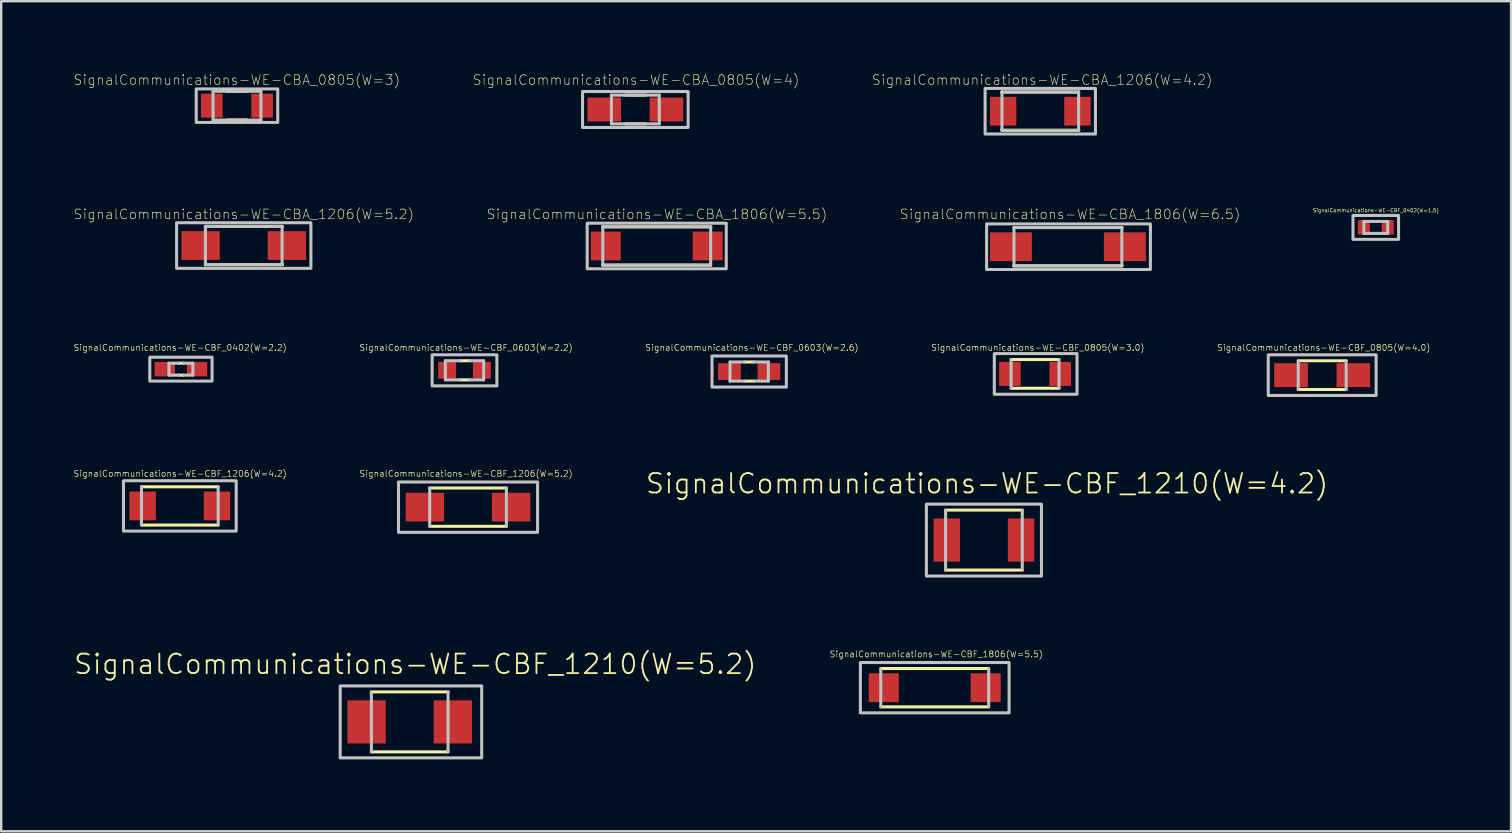
<source format=kicad_pcb>
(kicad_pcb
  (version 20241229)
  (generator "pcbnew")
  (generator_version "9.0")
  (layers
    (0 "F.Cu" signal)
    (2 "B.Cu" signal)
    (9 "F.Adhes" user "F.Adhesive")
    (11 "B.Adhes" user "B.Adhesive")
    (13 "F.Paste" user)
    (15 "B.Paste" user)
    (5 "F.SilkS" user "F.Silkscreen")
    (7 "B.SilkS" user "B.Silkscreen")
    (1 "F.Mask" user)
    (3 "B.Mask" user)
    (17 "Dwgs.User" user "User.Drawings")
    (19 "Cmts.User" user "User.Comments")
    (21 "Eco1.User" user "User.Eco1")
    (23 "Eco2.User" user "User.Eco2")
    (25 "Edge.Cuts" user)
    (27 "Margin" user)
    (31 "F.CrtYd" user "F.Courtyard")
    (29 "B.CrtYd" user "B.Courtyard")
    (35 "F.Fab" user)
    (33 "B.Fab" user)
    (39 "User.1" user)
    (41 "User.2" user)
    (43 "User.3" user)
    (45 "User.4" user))
  (footprint "SignalCommunications-WE-CBA_1206(W=5.2)"
    (layer "F.Cu")
    (at 7.109 7.184)
    (property "Reference" "SignalCommunications-WE-CBA_1206(W=5.2)" (at 0 -1.303 0) (layer "F.SilkS") (effects (font (size 0.406 0.406) (thickness 0.025))))
    (attr smd)
    (fp_line (start -1.598 -0.798) (end 1.598 -0.798) (stroke (width 0.127) (type solid)) (layer "F.SilkS"))
    (fp_line (start -1.598 -0.78) (end -1.598 -0.798) (stroke (width 0.127) (type solid)) (layer "F.SilkS"))
    (fp_line (start -1.598 0.77) (end -1.598 0.798) (stroke (width 0.127) (type solid)) (layer "F.SilkS"))
    (fp_line (start -1.598 0.798) (end 1.598 0.798) (stroke (width 0.127) (type solid)) (layer "F.SilkS"))
    (fp_line (start 1.598 -0.798) (end 1.598 -0.78) (stroke (width 0.127) (type solid)) (layer "F.SilkS"))
    (fp_line (start 1.598 0.798) (end 1.598 0.78) (stroke (width 0.127) (type solid)) (layer "F.SilkS"))
    (fp_line (start -1.598 0.798) (end -1.598 -0.798) (stroke (width 0.127) (type solid)) (layer "Dwgs.User"))
    (fp_line (start -1.598 0.798) (end 1.598 0.798) (stroke (width 0.127) (type solid)) (layer "Dwgs.User"))
    (fp_line (start 1.598 -0.798) (end -1.598 -0.798) (stroke (width 0.127) (type solid)) (layer "Dwgs.User"))
    (fp_line (start 1.598 0.798) (end 1.598 -0.798) (stroke (width 0.127) (type solid)) (layer "Dwgs.User"))
    (fp_poly (pts (xy -2.799 -0.95) (xy 2.799 -0.95) (xy 2.799 0.95) (xy -2.799 0.95) (xy -2.799 -0.95)) (stroke (width 0.127) (type solid)) (fill no) (layer "Dwgs.User"))
    (pad "1" smd rect (at -1.798 0) (size 1.598 1.199) (layers "F.Cu" "F.Mask" "F.Paste"))
    (pad "2" smd rect (at 1.798 0) (size 1.598 1.199) (layers "F.Cu" "F.Mask" "F.Paste")))
  (footprint "SignalCommunications-WE-CBF_0603(W=2.2)"
    (layer "F.Cu")
    (at 16.31 12.384)
    (property "Reference" "SignalCommunications-WE-CBF_0603(W=2.2)" (at 0.064 -0.945 0) (layer "F.SilkS") (effects (font (size 0.254 0.254) (thickness 0.025))))
    (attr smd)
    (fp_line (start -0.198 -0.399) (end 0.198 -0.399) (stroke (width 0.127) (type solid)) (layer "F.SilkS"))
    (fp_line (start -0.198 0.399) (end 0.198 0.399) (stroke (width 0.127) (type solid)) (layer "F.SilkS"))
    (fp_line (start -0.798 -0.399) (end -0.798 0.399) (stroke (width 0.127) (type solid)) (layer "Dwgs.User"))
    (fp_line (start -0.798 -0.399) (end -0.198 -0.399) (stroke (width 0.127) (type solid)) (layer "Dwgs.User"))
    (fp_line (start -0.798 0.399) (end -0.198 0.399) (stroke (width 0.127) (type solid)) (layer "Dwgs.User"))
    (fp_line (start 0.198 -0.399) (end 0.798 -0.399) (stroke (width 0.127) (type solid)) (layer "Dwgs.User"))
    (fp_line (start 0.198 0.399) (end 0.798 0.399) (stroke (width 0.127) (type solid)) (layer "Dwgs.User"))
    (fp_line (start 0.798 -0.399) (end 0.798 0.399) (stroke (width 0.127) (type solid)) (layer "Dwgs.User"))
    (fp_poly (pts (xy -1.349 -0.648) (xy 1.349 -0.648) (xy 1.349 0.648) (xy -1.349 0.648) (xy -1.349 -0.648)) (stroke (width 0.127) (type solid)) (fill no) (layer "Dwgs.User"))
    (pad "1" smd rect (at -0.724 0) (size 0.749 0.699) (layers "F.Cu" "F.Mask" "F.Paste"))
    (pad "2" smd rect (at 0.724 0) (size 0.749 0.699) (layers "F.Cu" "F.Mask" "F.Paste")))
  (footprint "SignalCommunications-WE-CBF_1206(W=4.2)"
    (layer "F.Cu")
    (at 4.445 18.036)
    (property "Reference" "SignalCommunications-WE-CBF_1206(W=4.2)" (at 0.013 -1.346 0) (layer "F.SilkS") (effects (font (size 0.254 0.254) (thickness 0.025))))
    (attr smd)
    (fp_line (start -1.598 -0.798) (end 1.598 -0.798) (stroke (width 0.127) (type solid)) (layer "F.SilkS"))
    (fp_line (start -1.598 0.798) (end 1.598 0.798) (stroke (width 0.127) (type solid)) (layer "F.SilkS"))
    (fp_line (start -1.598 -0.798) (end -1.598 0.798) (stroke (width 0.127) (type solid)) (layer "Dwgs.User"))
    (fp_line (start 1.598 -0.798) (end 1.598 0.798) (stroke (width 0.127) (type solid)) (layer "Dwgs.User"))
    (fp_poly (pts (xy -2.349 -1.049) (xy 2.349 -1.049) (xy 2.349 1.049) (xy -2.349 1.049) (xy -2.349 -1.049)) (stroke (width 0.127) (type solid)) (fill no) (layer "Dwgs.User"))
    (pad "1" smd rect (at -1.549 0) (size 1.1 1.199) (layers "F.Cu" "F.Mask" "F.Paste"))
    (pad "2" smd rect (at 1.549 0) (size 1.1 1.199) (layers "F.Cu" "F.Mask" "F.Paste")))
  (footprint "SignalCommunications-WE-CBA_1806(W=5.5)"
    (layer "F.Cu")
    (at 24.321 7.202)
    (property "Reference" "SignalCommunications-WE-CBA_1806(W=5.5)" (at 0.008 -1.321 0) (layer "F.SilkS") (effects (font (size 0.406 0.406) (thickness 0.025))))
    (attr smd)
    (fp_line (start -2.248 -0.798) (end 2.248 -0.798) (stroke (width 0.127) (type solid)) (layer "F.SilkS"))
    (fp_line (start -2.248 -0.759) (end -2.248 -0.798) (stroke (width 0.127) (type solid)) (layer "F.SilkS"))
    (fp_line (start -2.248 0.77) (end -2.248 0.798) (stroke (width 0.127) (type solid)) (layer "F.SilkS"))
    (fp_line (start -2.248 0.798) (end 2.238 0.798) (stroke (width 0.127) (type solid)) (layer "F.SilkS"))
    (fp_line (start 2.238 0.798) (end 2.238 0.78) (stroke (width 0.127) (type solid)) (layer "F.SilkS"))
    (fp_line (start 2.248 -0.798) (end 2.248 -0.78) (stroke (width 0.127) (type solid)) (layer "F.SilkS"))
    (fp_line (start -2.248 -0.798) (end 2.248 -0.798) (stroke (width 0.127) (type solid)) (layer "Dwgs.User"))
    (fp_line (start -2.248 0.798) (end -2.248 -0.798) (stroke (width 0.127) (type solid)) (layer "Dwgs.User"))
    (fp_line (start -2.248 0.798) (end 2.248 0.798) (stroke (width 0.127) (type solid)) (layer "Dwgs.User"))
    (fp_line (start 2.248 0.798) (end 2.248 -0.798) (stroke (width 0.127) (type solid)) (layer "Dwgs.User"))
    (fp_poly (pts (xy -2.898 -0.95) (xy 2.898 -0.95) (xy 2.898 0.95) (xy -2.898 0.95) (xy -2.898 -0.95)) (stroke (width 0.127) (type solid)) (fill no) (layer "Dwgs.User"))
    (pad "1" smd rect (at -2.123 0) (size 1.25 1.199) (layers "F.Cu" "F.Mask" "F.Paste"))
    (pad "2" smd rect (at 2.123 0) (size 1.25 1.199) (layers "F.Cu" "F.Mask" "F.Paste")))
  (footprint "SignalCommunications-WE-CBF_0805(W=3.0)"
    (layer "F.Cu")
    (at 40.09 12.534)
    (property "Reference" "SignalCommunications-WE-CBF_0805(W=3.0)" (at 0.114 -1.095 0) (layer "F.SilkS") (effects (font (size 0.254 0.254) (thickness 0.025))))
    (attr smd)
    (fp_line (start -0.998 -0.599) (end 0.998 -0.599) (stroke (width 0.127) (type solid)) (layer "F.SilkS"))
    (fp_line (start -0.998 0.599) (end 0.998 0.599) (stroke (width 0.127) (type solid)) (layer "F.SilkS"))
    (fp_line (start -0.998 -0.599) (end -0.998 0.599) (stroke (width 0.127) (type solid)) (layer "Dwgs.User"))
    (fp_line (start 0.998 -0.599) (end 0.998 0.599) (stroke (width 0.127) (type solid)) (layer "Dwgs.User"))
    (fp_poly (pts (xy -1.699 -0.848) (xy 1.748 -0.848) (xy 1.748 0.848) (xy -1.699 0.848) (xy -1.699 -0.848)) (stroke (width 0.127) (type solid)) (fill no) (layer "Dwgs.User"))
    (pad "1" smd rect (at -1.049 0) (size 0.899 0.998) (layers "F.Cu" "F.Mask" "F.Paste"))
    (pad "2" smd rect (at 1.049 0) (size 0.899 0.998) (layers "F.Cu" "F.Mask" "F.Paste")))
  (footprint "SignalCommunications-WE-CBA_0805(W=3)"
    (layer "F.Cu")
    (at 6.827 1.354)
    (property "Reference" "SignalCommunications-WE-CBA_0805(W=3)" (at -0.008 -1.072 0) (layer "F.SilkS") (effects (font (size 0.406 0.406) (thickness 0.025))))
    (attr smd)
    (fp_line (start -0.409 -0.599) (end 0.409 -0.599) (stroke (width 0.127) (type solid)) (layer "F.SilkS"))
    (fp_line (start -0.409 0.599) (end 0.419 0.599) (stroke (width 0.127) (type solid)) (layer "F.SilkS"))
    (fp_line (start -0.998 0.599) (end -0.998 -0.599) (stroke (width 0.127) (type solid)) (layer "Dwgs.User"))
    (fp_line (start -0.998 0.599) (end 0.998 0.599) (stroke (width 0.127) (type solid)) (layer "Dwgs.User"))
    (fp_line (start 0.998 -0.599) (end -0.998 -0.599) (stroke (width 0.127) (type solid)) (layer "Dwgs.User"))
    (fp_line (start 0.998 0.599) (end 0.998 -0.599) (stroke (width 0.127) (type solid)) (layer "Dwgs.User"))
    (fp_poly (pts (xy -1.699 -0.699) (xy 1.699 -0.699) (xy 1.699 0.699) (xy -1.699 0.699) (xy -1.699 -0.699)) (stroke (width 0.127) (type solid)) (fill no) (layer "Dwgs.User"))
    (pad "1" smd rect (at -1.049 0) (size 0.899 0.998) (layers "F.Cu" "F.Mask" "F.Paste"))
    (pad "2" smd rect (at 1.049 0) (size 0.899 0.998) (layers "F.Cu" "F.Mask" "F.Paste")))
  (footprint "SignalCommunications-WE-CBA_0805(W=4)"
    (layer "F.Cu")
    (at 23.43 1.514)
    (property "Reference" "SignalCommunications-WE-CBA_0805(W=4)" (at 0.028 -1.232 0) (layer "F.SilkS") (effects (font (size 0.406 0.406) (thickness 0.025))))
    (attr smd)
    (fp_line (start -0.409 -0.599) (end 0.419 -0.599) (stroke (width 0.127) (type solid)) (layer "F.SilkS"))
    (fp_line (start -0.409 0.599) (end 0.419 0.599) (stroke (width 0.127) (type solid)) (layer "F.SilkS"))
    (fp_line (start -0.998 0.599) (end -0.998 -0.599) (stroke (width 0.127) (type solid)) (layer "Dwgs.User"))
    (fp_line (start -0.998 0.599) (end 0.998 0.599) (stroke (width 0.127) (type solid)) (layer "Dwgs.User"))
    (fp_line (start 0.998 -0.599) (end -0.998 -0.599) (stroke (width 0.127) (type solid)) (layer "Dwgs.User"))
    (fp_line (start 0.998 0.599) (end 0.998 -0.599) (stroke (width 0.127) (type solid)) (layer "Dwgs.User"))
    (fp_poly (pts (xy -2.2 -0.749) (xy 2.2 -0.749) (xy 2.2 0.749) (xy -2.2 0.749) (xy -2.2 -0.749)) (stroke (width 0.127) (type solid)) (fill no) (layer "Dwgs.User"))
    (pad "1" smd rect (at -1.298 0) (size 1.4 0.998) (layers "F.Cu" "F.Mask" "F.Paste"))
    (pad "2" smd rect (at 1.298 0) (size 1.4 0.998) (layers "F.Cu" "F.Mask" "F.Paste")))
  (footprint "SignalCommunications-WE-CBF_1210(W=4.2)"
    (layer "F.Cu")
    (at 37.958 19.46)
    (property "Reference" "SignalCommunications-WE-CBF_1210(W=4.2)" (at 0.13 -2.355 0) (layer "F.SilkS") (effects (font (size 0.813 0.813) (thickness 0.076))))
    (attr smd)
    (fp_line (start -1.598 -1.25) (end 1.598 -1.25) (stroke (width 0.127) (type solid)) (layer "F.SilkS"))
    (fp_line (start 1.598 1.25) (end -1.598 1.25) (stroke (width 0.127) (type solid)) (layer "F.SilkS"))
    (fp_line (start -1.598 1.25) (end -1.598 -1.25) (stroke (width 0.127) (type solid)) (layer "Dwgs.User"))
    (fp_line (start 1.598 -1.25) (end 1.598 1.25) (stroke (width 0.127) (type solid)) (layer "Dwgs.User"))
    (fp_poly (pts (xy -2.398 -1.499) (xy 2.398 -1.499) (xy 2.398 1.499) (xy -2.398 1.499) (xy -2.398 -1.499)) (stroke (width 0.127) (type solid)) (fill no) (layer "Dwgs.User"))
    (pad "1" smd rect (at -1.549 0 90) (size 1.798 1.1) (layers "F.Cu" "F.Mask" "F.Paste"))
    (pad "2" smd rect (at 1.549 0 90) (size 1.798 1.1) (layers "F.Cu" "F.Mask" "F.Paste")))
  (footprint "SignalCommunications-WE-CBA_1206(W=4.2)"
    (layer "F.Cu")
    (at 40.307 1.585)
    (property "Reference" "SignalCommunications-WE-CBA_1206(W=4.2)" (at 0.079 -1.303 0) (layer "F.SilkS") (effects (font (size 0.406 0.406) (thickness 0.025))))
    (attr smd)
    (fp_line (start -1.598 -0.798) (end 1.598 -0.798) (stroke (width 0.127) (type solid)) (layer "F.SilkS"))
    (fp_line (start -1.598 -0.78) (end -1.598 -0.798) (stroke (width 0.127) (type solid)) (layer "F.SilkS"))
    (fp_line (start -1.598 0.78) (end -1.587 0.78) (stroke (width 0.127) (type solid)) (layer "F.SilkS"))
    (fp_line (start -1.587 0.78) (end -1.587 0.798) (stroke (width 0.127) (type solid)) (layer "F.SilkS"))
    (fp_line (start -1.587 0.798) (end 1.598 0.798) (stroke (width 0.127) (type solid)) (layer "F.SilkS"))
    (fp_line (start 1.598 -0.798) (end 1.598 -0.77) (stroke (width 0.127) (type solid)) (layer "F.SilkS"))
    (fp_line (start 1.598 0.798) (end 1.598 0.78) (stroke (width 0.127) (type solid)) (layer "F.SilkS"))
    (fp_line (start -1.598 0.798) (end -1.598 -0.798) (stroke (width 0.127) (type solid)) (layer "Dwgs.User"))
    (fp_line (start -1.598 0.798) (end 1.598 0.798) (stroke (width 0.127) (type solid)) (layer "Dwgs.User"))
    (fp_line (start 1.598 -0.798) (end -1.598 -0.798) (stroke (width 0.127) (type solid)) (layer "Dwgs.User"))
    (fp_line (start 1.598 0.798) (end 1.598 -0.798) (stroke (width 0.127) (type solid)) (layer "Dwgs.User"))
    (fp_poly (pts (xy -2.299 -0.95) (xy 2.299 -0.95) (xy 2.299 0.95) (xy -2.299 0.95) (xy -2.299 -0.95)) (stroke (width 0.127) (type solid)) (fill no) (layer "Dwgs.User"))
    (pad "1" smd rect (at -1.549 0) (size 1.1 1.199) (layers "F.Cu" "F.Mask" "F.Paste"))
    (pad "2" smd rect (at 1.549 0) (size 1.1 1.199) (layers "F.Cu" "F.Mask" "F.Paste")))
  (footprint "SignalCommunications-WE-CBF_0805(W=4.0)"
    (layer "F.Cu")
    (at 52.056 12.585)
    (property "Reference" "SignalCommunications-WE-CBF_0805(W=4.0)" (at 0.064 -1.146 0) (layer "F.SilkS") (effects (font (size 0.254 0.254) (thickness 0.025))))
    (attr smd)
    (fp_line (start -0.998 -0.599) (end 0.998 -0.599) (stroke (width 0.127) (type solid)) (layer "F.SilkS"))
    (fp_line (start -0.998 0.599) (end 0.998 0.599) (stroke (width 0.127) (type solid)) (layer "F.SilkS"))
    (fp_line (start -0.998 -0.599) (end -0.998 0.599) (stroke (width 0.127) (type solid)) (layer "Dwgs.User"))
    (fp_line (start 0.998 -0.599) (end 0.998 0.599) (stroke (width 0.127) (type solid)) (layer "Dwgs.User"))
    (fp_poly (pts (xy -2.248 -0.848) (xy 2.248 -0.848) (xy 2.248 0.848) (xy -2.248 0.848) (xy -2.248 -0.848)) (stroke (width 0.127) (type solid)) (fill no) (layer "Dwgs.User"))
    (pad "1" smd rect (at -1.298 0) (size 1.4 0.998) (layers "F.Cu" "F.Mask" "F.Paste"))
    (pad "2" smd rect (at 1.298 0) (size 1.4 0.998) (layers "F.Cu" "F.Mask" "F.Paste")))
  (footprint "SignalCommunications-WE-CBF_1210(W=5.2)"
    (layer "F.Cu")
    (at 14.026 27.037)
    (property "Reference" "SignalCommunications-WE-CBF_1210(W=5.2)" (at 0.231 -2.405 0) (layer "F.SilkS") (effects (font (size 0.813 0.813) (thickness 0.076))))
    (attr smd)
    (fp_line (start -1.598 -1.25) (end 1.598 -1.25) (stroke (width 0.127) (type solid)) (layer "F.SilkS"))
    (fp_line (start 1.598 1.25) (end -1.598 1.25) (stroke (width 0.127) (type solid)) (layer "F.SilkS"))
    (fp_line (start -1.598 1.25) (end -1.598 -1.25) (stroke (width 0.127) (type solid)) (layer "Dwgs.User"))
    (fp_line (start 1.598 -1.25) (end 1.598 1.25) (stroke (width 0.127) (type solid)) (layer "Dwgs.User"))
    (fp_poly (pts (xy -2.898 -1.499) (xy 3 -1.499) (xy 3 1.499) (xy -2.898 1.499) (xy -2.898 -1.499)) (stroke (width 0.127) (type solid)) (fill no) (layer "Dwgs.User"))
    (pad "1" smd rect (at -1.798 0) (size 1.598 1.798) (layers "F.Cu" "F.Mask" "F.Paste"))
    (pad "2" smd rect (at 1.798 0) (size 1.598 1.798) (layers "F.Cu" "F.Mask" "F.Paste")))
  (footprint "SignalCommunications-WE-CBF_1206(W=5.2)"
    (layer "F.Cu")
    (at 16.457 18.087)
    (property "Reference" "SignalCommunications-WE-CBF_1206(W=5.2)" (at -0.084 -1.397 0) (layer "F.SilkS") (effects (font (size 0.254 0.254) (thickness 0.025))))
    (attr smd)
    (fp_line (start -1.598 -0.798) (end 1.598 -0.798) (stroke (width 0.127) (type solid)) (layer "F.SilkS"))
    (fp_line (start -1.598 0.798) (end 1.598 0.798) (stroke (width 0.127) (type solid)) (layer "F.SilkS"))
    (fp_line (start -1.598 -0.798) (end -1.598 0.798) (stroke (width 0.127) (type solid)) (layer "Dwgs.User"))
    (fp_line (start 1.598 -0.798) (end 1.598 0.798) (stroke (width 0.127) (type solid)) (layer "Dwgs.User"))
    (fp_poly (pts (xy -2.898 -1.049) (xy 2.898 -1.049) (xy 2.898 1.049) (xy -2.898 1.049) (xy -2.898 -1.049)) (stroke (width 0.127) (type solid)) (fill no) (layer "Dwgs.User"))
    (pad "1" smd rect (at -1.798 0) (size 1.598 1.199) (layers "F.Cu" "F.Mask" "F.Paste"))
    (pad "2" smd rect (at 1.798 0) (size 1.598 1.199) (layers "F.Cu" "F.Mask" "F.Paste")))
  (footprint "SignalCommunications-WE-CBF_1806(W=5.5)"
    (layer "F.Cu")
    (at 35.908 25.612)
    (property "Reference" "SignalCommunications-WE-CBF_1806(W=5.5)" (at 0.064 -1.397 0) (layer "F.SilkS") (effects (font (size 0.254 0.254) (thickness 0.025))))
    (attr smd)
    (fp_line (start -2.248 -0.798) (end 2.248 -0.798) (stroke (width 0.127) (type solid)) (layer "F.SilkS"))
    (fp_line (start -2.248 0.798) (end 2.248 0.798) (stroke (width 0.127) (type solid)) (layer "F.SilkS"))
    (fp_line (start -2.248 -0.798) (end -2.248 0.798) (stroke (width 0.127) (type solid)) (layer "Dwgs.User"))
    (fp_line (start 2.248 -0.798) (end 2.248 0.798) (stroke (width 0.127) (type solid)) (layer "Dwgs.User"))
    (fp_poly (pts (xy -3.099 -1.049) (xy 3.099 -1.049) (xy 3.099 1.049) (xy -3.099 1.049) (xy -3.099 -1.049)) (stroke (width 0.127) (type solid)) (fill no) (layer "Dwgs.User"))
    (pad "1" smd rect (at -2.123 0) (size 1.25 1.199) (layers "F.Cu" "F.Mask" "F.Paste"))
    (pad "2" smd rect (at 2.123 0) (size 1.25 1.199) (layers "F.Cu" "F.Mask" "F.Paste")))
  (footprint "SignalCommunications-WE-CBF_0402(W=1.5)"
    (layer "F.Cu")
    (at 54.29 6.428)
    (property "Reference" "SignalCommunications-WE-CBF_0402(W=1.5)" (at 0.003 -0.709 0) (layer "F.SilkS") (effects (font (size 0.15 0.15) (thickness 0.000001))))
    (attr smd)
    (fp_line (start -0.498 -0.249) (end -0.498 0.249) (stroke (width 0.127) (type solid)) (layer "Dwgs.User"))
    (fp_line (start -0.498 -0.249) (end -0.099 -0.249) (stroke (width 0.127) (type solid)) (layer "Dwgs.User"))
    (fp_line (start -0.498 0.249) (end -0.099 0.249) (stroke (width 0.127) (type solid)) (layer "Dwgs.User"))
    (fp_line (start -0.099 -0.249) (end 0.099 -0.249) (stroke (width 0.127) (type solid)) (layer "Dwgs.User"))
    (fp_line (start -0.099 0.249) (end 0.099 0.249) (stroke (width 0.127) (type solid)) (layer "Dwgs.User"))
    (fp_line (start 0.099 -0.249) (end 0.498 -0.249) (stroke (width 0.127) (type solid)) (layer "Dwgs.User"))
    (fp_line (start 0.099 0.249) (end 0.498 0.249) (stroke (width 0.127) (type solid)) (layer "Dwgs.User"))
    (fp_line (start 0.498 -0.249) (end 0.498 0.249) (stroke (width 0.127) (type solid)) (layer "Dwgs.User"))
    (fp_poly (pts (xy -0.95 -0.498) (xy 0.95 -0.498) (xy 0.95 0.498) (xy -0.95 0.498) (xy -0.95 -0.498)) (stroke (width 0.127) (type solid)) (fill no) (layer "Dwgs.User"))
    (pad "1" smd rect (at -0.498 0) (size 0.498 0.599) (layers "F.Cu" "F.Mask" "F.Paste"))
    (pad "2" smd rect (at 0.498 0) (size 0.498 0.599) (layers "F.Cu" "F.Mask" "F.Paste")))
  (footprint "SignalCommunications-WE-CBA_1806(W=6.5)"
    (layer "F.Cu")
    (at 41.458 7.232)
    (property "Reference" "SignalCommunications-WE-CBA_1806(W=6.5)" (at 0.089 -1.351 0) (layer "F.SilkS") (effects (font (size 0.406 0.406) (thickness 0.025))))
    (attr smd)
    (fp_line (start -2.248 0.78) (end -2.248 0.798) (stroke (width 0.127) (type solid)) (layer "F.SilkS"))
    (fp_line (start -2.248 0.798) (end 2.248 0.798) (stroke (width 0.127) (type solid)) (layer "F.SilkS"))
    (fp_line (start -2.238 -0.798) (end 2.248 -0.798) (stroke (width 0.127) (type solid)) (layer "F.SilkS"))
    (fp_line (start -2.238 -0.78) (end -2.238 -0.798) (stroke (width 0.127) (type solid)) (layer "F.SilkS"))
    (fp_line (start 2.248 -0.798) (end 2.248 -0.78) (stroke (width 0.127) (type solid)) (layer "F.SilkS"))
    (fp_line (start 2.248 0.798) (end 2.248 0.77) (stroke (width 0.127) (type solid)) (layer "F.SilkS"))
    (fp_line (start -2.248 -0.798) (end 2.248 -0.798) (stroke (width 0.127) (type solid)) (layer "Dwgs.User"))
    (fp_line (start -2.248 0.798) (end -2.248 -0.798) (stroke (width 0.127) (type solid)) (layer "Dwgs.User"))
    (fp_line (start -2.248 0.798) (end -1.499 0.798) (stroke (width 0.127) (type solid)) (layer "Dwgs.User"))
    (fp_line (start -1.488 0.798) (end 2.248 0.798) (stroke (width 0.127) (type solid)) (layer "Dwgs.User"))
    (fp_line (start 2.248 0.798) (end 2.248 -0.798) (stroke (width 0.127) (type solid)) (layer "Dwgs.User"))
    (fp_poly (pts (xy 3.439 -0.95) (xy 3.439 0.95) (xy -3.388 0.95) (xy -3.388 -0.95) (xy 3.439 -0.95)) (stroke (width 0.127) (type solid)) (fill no) (layer "Dwgs.User"))
    (pad "1" smd rect (at -2.375 0) (size 1.748 1.199) (layers "F.Cu" "F.Mask" "F.Paste"))
    (pad "2" smd rect (at 2.375 0) (size 1.748 1.199) (layers "F.Cu" "F.Mask" "F.Paste")))
  (footprint "SignalCommunications-WE-CBF_0402(W=2.2)"
    (layer "F.Cu")
    (at 4.491 12.336)
    (property "Reference" "SignalCommunications-WE-CBF_0402(W=2.2)" (at -0.033 -0.897 0) (layer "F.SilkS") (effects (font (size 0.254 0.254) (thickness 0.025))))
    (attr smd)
    (fp_line (start -0.099 -0.249) (end 0.099 -0.249) (stroke (width 0.127) (type solid)) (layer "F.SilkS"))
    (fp_line (start -0.099 0.249) (end 0.099 0.249) (stroke (width 0.127) (type solid)) (layer "F.SilkS"))
    (fp_line (start -0.498 -0.249) (end -0.498 0.249) (stroke (width 0.127) (type solid)) (layer "Dwgs.User"))
    (fp_line (start -0.498 -0.249) (end -0.099 -0.249) (stroke (width 0.127) (type solid)) (layer "Dwgs.User"))
    (fp_line (start -0.498 0.249) (end -0.099 0.249) (stroke (width 0.127) (type solid)) (layer "Dwgs.User"))
    (fp_line (start 0.099 -0.249) (end 0.498 -0.249) (stroke (width 0.127) (type solid)) (layer "Dwgs.User"))
    (fp_line (start 0.099 0.249) (end 0.498 0.249) (stroke (width 0.127) (type solid)) (layer "Dwgs.User"))
    (fp_line (start 0.498 -0.249) (end 0.498 0.249) (stroke (width 0.127) (type solid)) (layer "Dwgs.User"))
    (fp_poly (pts (xy -1.298 -0.498) (xy 1.298 -0.498) (xy 1.298 0.498) (xy -1.298 0.498) (xy -1.298 -0.498)) (stroke (width 0.127) (type solid)) (fill no) (layer "Dwgs.User"))
    (pad "1" smd rect (at -0.673 0) (size 0.848 0.599) (layers "F.Cu" "F.Mask" "F.Paste"))
    (pad "2" smd rect (at 0.673 0) (size 0.848 0.599) (layers "F.Cu" "F.Mask" "F.Paste")))
  (footprint "SignalCommunications-WE-CBF_0603(W=2.6)"
    (layer "F.Cu")
    (at 28.174 12.435)
    (property "Reference" "SignalCommunications-WE-CBF_0603(W=2.6)" (at 0.114 -0.996 0) (layer "F.SilkS") (effects (font (size 0.254 0.254) (thickness 0.025))))
    (attr smd)
    (fp_line (start -0.198 -0.399) (end 0.198 -0.399) (stroke (width 0.127) (type solid)) (layer "F.SilkS"))
    (fp_line (start -0.198 0.399) (end 0.198 0.399) (stroke (width 0.127) (type solid)) (layer "F.SilkS"))
    (fp_line (start -0.798 -0.399) (end -0.798 0.399) (stroke (width 0.127) (type solid)) (layer "Dwgs.User"))
    (fp_line (start -0.798 -0.399) (end -0.198 -0.399) (stroke (width 0.127) (type solid)) (layer "Dwgs.User"))
    (fp_line (start -0.798 0.399) (end -0.198 0.399) (stroke (width 0.127) (type solid)) (layer "Dwgs.User"))
    (fp_line (start 0.198 -0.399) (end 0.798 -0.399) (stroke (width 0.127) (type solid)) (layer "Dwgs.User"))
    (fp_line (start 0.198 0.399) (end 0.798 0.399) (stroke (width 0.127) (type solid)) (layer "Dwgs.User"))
    (fp_line (start 0.798 -0.399) (end 0.798 0.399) (stroke (width 0.127) (type solid)) (layer "Dwgs.User"))
    (fp_poly (pts (xy -1.549 -0.648) (xy 1.549 -0.648) (xy 1.549 0.648) (xy -1.549 0.648) (xy -1.549 -0.648)) (stroke (width 0.127) (type solid)) (fill no) (layer "Dwgs.User"))
    (pad "1" smd rect (at -0.823 0) (size 0.95 0.699) (layers "F.Cu" "F.Mask" "F.Paste"))
    (pad "2" smd rect (at 0.823 0) (size 0.95 0.699) (layers "F.Cu" "F.Mask" "F.Paste")))
  (gr_rect
    (start -3 -3)
    (end 59.928 31.599)
    (stroke (width 0.1) (type default))
    (fill no)
    (layer "Edge.Cuts")))
</source>
